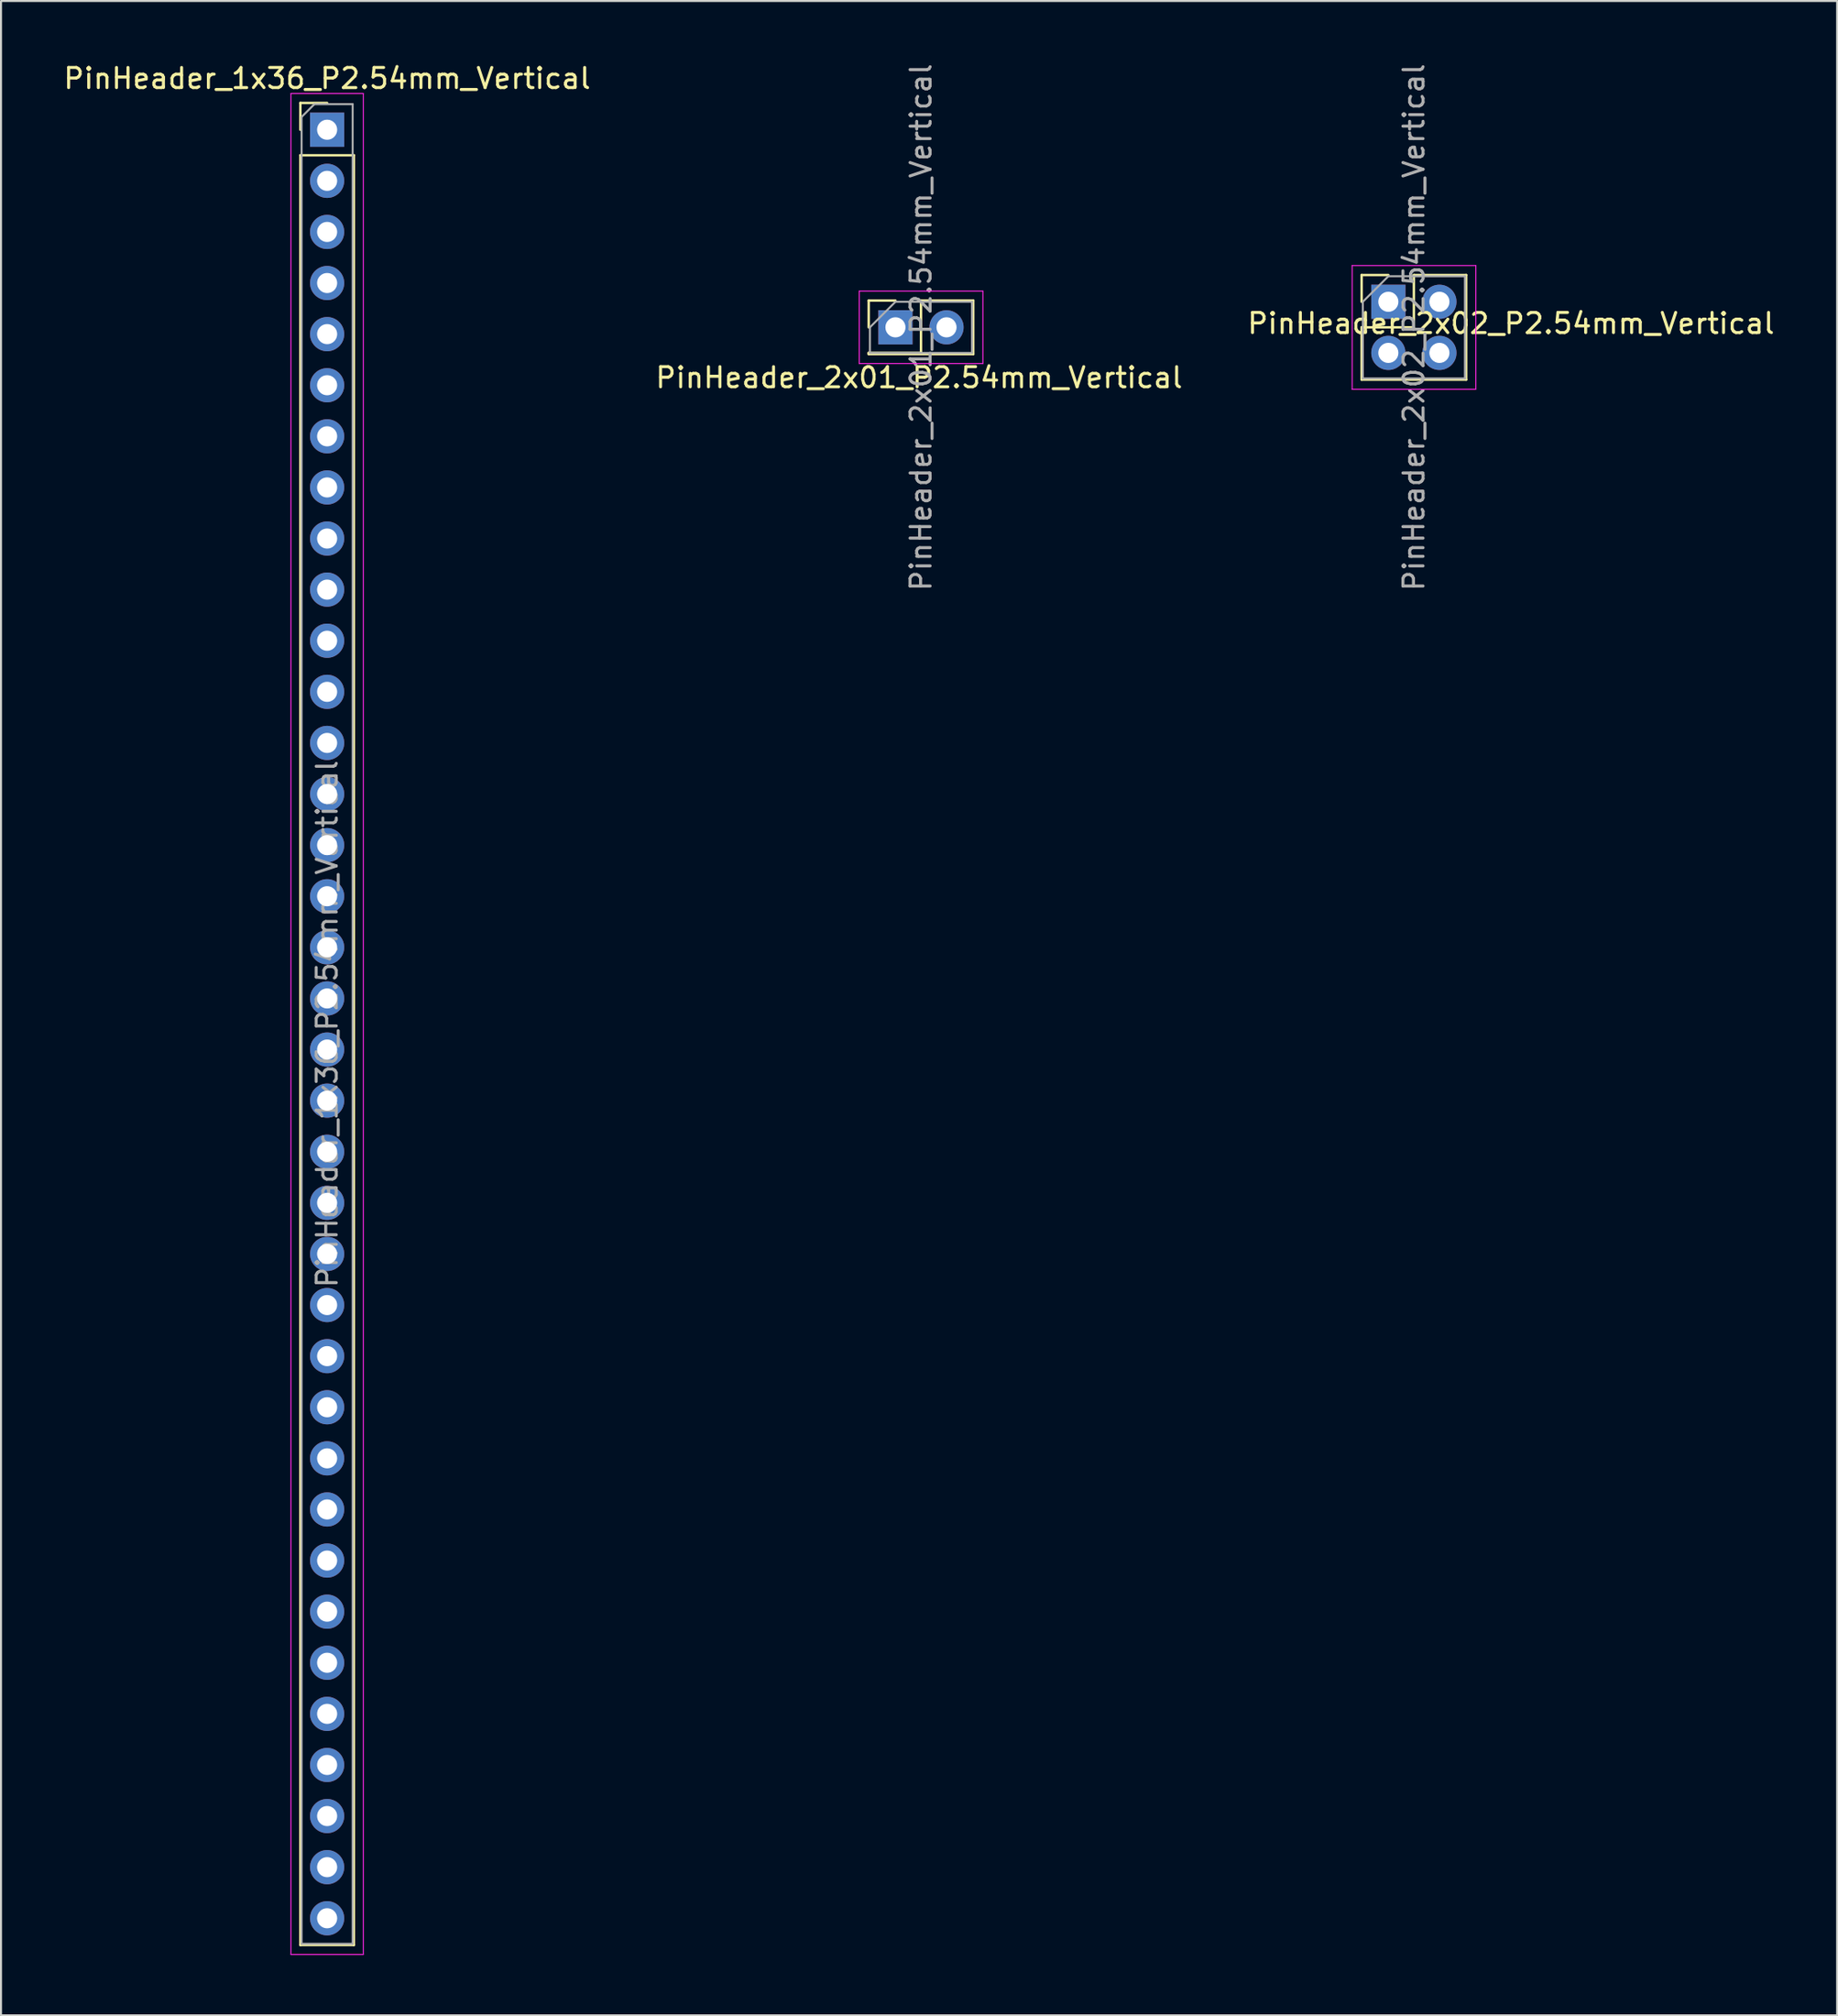
<source format=kicad_pcb>
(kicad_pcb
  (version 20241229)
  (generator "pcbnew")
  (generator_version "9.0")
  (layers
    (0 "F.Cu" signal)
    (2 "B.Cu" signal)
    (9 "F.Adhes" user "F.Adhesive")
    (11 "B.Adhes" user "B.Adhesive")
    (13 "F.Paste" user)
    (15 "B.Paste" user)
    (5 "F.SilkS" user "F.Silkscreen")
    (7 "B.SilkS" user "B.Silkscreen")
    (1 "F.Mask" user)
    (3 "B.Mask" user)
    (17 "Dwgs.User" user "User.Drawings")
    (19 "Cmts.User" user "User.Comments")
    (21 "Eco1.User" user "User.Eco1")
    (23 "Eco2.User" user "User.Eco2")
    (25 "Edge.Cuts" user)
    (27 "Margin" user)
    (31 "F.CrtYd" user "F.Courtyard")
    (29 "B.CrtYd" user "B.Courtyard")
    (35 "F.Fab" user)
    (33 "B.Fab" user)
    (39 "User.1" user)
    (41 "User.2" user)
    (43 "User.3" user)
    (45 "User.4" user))
  (footprint "PinHeader_2x02_P2.54mm_Vertical"
    (layer "F.Cu")
    (at 66.001 11.95)
    (property "Reference" "PinHeader_2x02_P2.54mm_Vertical" (at 6.1 1.075 0) (layer "F.SilkS") (effects (font (size 1 1) (thickness 0.15))))
    (attr through_hole)
    (fp_line (start -1.33 -1.33) (end 0 -1.33) (stroke (width 0.12) (type solid)) (layer "F.SilkS"))
    (fp_line (start -1.33 0) (end -1.33 -1.33) (stroke (width 0.12) (type solid)) (layer "F.SilkS"))
    (fp_line (start -1.33 1.27) (end -1.33 3.87) (stroke (width 0.12) (type solid)) (layer "F.SilkS"))
    (fp_line (start -1.33 1.27) (end 1.27 1.27) (stroke (width 0.12) (type solid)) (layer "F.SilkS"))
    (fp_line (start -1.33 3.87) (end 3.87 3.87) (stroke (width 0.12) (type solid)) (layer "F.SilkS"))
    (fp_line (start 1.27 -1.33) (end 3.87 -1.33) (stroke (width 0.12) (type solid)) (layer "F.SilkS"))
    (fp_line (start 1.27 1.27) (end 1.27 -1.33) (stroke (width 0.12) (type solid)) (layer "F.SilkS"))
    (fp_line (start 3.87 -1.33) (end 3.87 3.87) (stroke (width 0.12) (type solid)) (layer "F.SilkS"))
    (fp_line (start -1.8 -1.8) (end -1.8 4.35) (stroke (width 0.05) (type solid)) (layer "F.CrtYd"))
    (fp_line (start -1.8 4.35) (end 4.35 4.35) (stroke (width 0.05) (type solid)) (layer "F.CrtYd"))
    (fp_line (start 4.35 -1.8) (end -1.8 -1.8) (stroke (width 0.05) (type solid)) (layer "F.CrtYd"))
    (fp_line (start 4.35 4.35) (end 4.35 -1.8) (stroke (width 0.05) (type solid)) (layer "F.CrtYd"))
    (fp_line (start -1.27 0) (end 0 -1.27) (stroke (width 0.1) (type solid)) (layer "F.Fab"))
    (fp_line (start -1.27 3.81) (end -1.27 0) (stroke (width 0.1) (type solid)) (layer "F.Fab"))
    (fp_line (start 0 -1.27) (end 3.81 -1.27) (stroke (width 0.1) (type solid)) (layer "F.Fab"))
    (fp_line (start 3.81 -1.27) (end 3.81 3.81) (stroke (width 0.1) (type solid)) (layer "F.Fab"))
    (fp_line (start 3.81 3.81) (end -1.27 3.81) (stroke (width 0.1) (type solid)) (layer "F.Fab"))
    (fp_text user "${REFERENCE}" (at 1.27 1.27 90) (layer "F.Fab") (effects (font (size 1 1) (thickness 0.15))))
    (pad "1" thru_hole rect (at 0 0) (size 1.7 1.7) (drill 1) (layers "*.Cu" "*.Mask"))
    (pad "2" thru_hole oval (at 2.54 0) (size 1.7 1.7) (drill 1) (layers "*.Cu" "*.Mask"))
    (pad "3" thru_hole oval (at 0 2.54) (size 1.7 1.7) (drill 1) (layers "*.Cu" "*.Mask"))
    (pad "4" thru_hole oval (at 2.54 2.54) (size 1.7 1.7) (drill 1) (layers "*.Cu" "*.Mask")))
  (footprint "PinHeader_1x36_P2.54mm_Vertical"
    (layer "F.Cu")
    (at 13.22 3.398)
    (property "Reference" "PinHeader_1x36_P2.54mm_Vertical" (at 0 -2.55 0) (layer "F.SilkS") (effects (font (size 1 1) (thickness 0.15))))
    (attr through_hole)
    (fp_line (start -1.33 -1.33) (end 0 -1.33) (stroke (width 0.12) (type solid)) (layer "F.SilkS"))
    (fp_line (start -1.33 0) (end -1.33 -1.33) (stroke (width 0.12) (type solid)) (layer "F.SilkS"))
    (fp_line (start -1.33 1.27) (end -1.33 90.23) (stroke (width 0.12) (type solid)) (layer "F.SilkS"))
    (fp_line (start -1.33 1.27) (end 1.33 1.27) (stroke (width 0.12) (type solid)) (layer "F.SilkS"))
    (fp_line (start -1.33 90.23) (end 1.33 90.23) (stroke (width 0.12) (type solid)) (layer "F.SilkS"))
    (fp_line (start 1.33 1.27) (end 1.33 90.23) (stroke (width 0.12) (type solid)) (layer "F.SilkS"))
    (fp_line (start -1.8 -1.8) (end -1.8 90.7) (stroke (width 0.05) (type solid)) (layer "F.CrtYd"))
    (fp_line (start -1.8 90.7) (end 1.8 90.7) (stroke (width 0.05) (type solid)) (layer "F.CrtYd"))
    (fp_line (start 1.8 -1.8) (end -1.8 -1.8) (stroke (width 0.05) (type solid)) (layer "F.CrtYd"))
    (fp_line (start 1.8 90.7) (end 1.8 -1.8) (stroke (width 0.05) (type solid)) (layer "F.CrtYd"))
    (fp_line (start -1.27 -0.635) (end -0.635 -1.27) (stroke (width 0.1) (type solid)) (layer "F.Fab"))
    (fp_line (start -1.27 90.17) (end -1.27 -0.635) (stroke (width 0.1) (type solid)) (layer "F.Fab"))
    (fp_line (start -0.635 -1.27) (end 1.27 -1.27) (stroke (width 0.1) (type solid)) (layer "F.Fab"))
    (fp_line (start 1.27 -1.27) (end 1.27 90.17) (stroke (width 0.1) (type solid)) (layer "F.Fab"))
    (fp_line (start 1.27 90.17) (end -1.27 90.17) (stroke (width 0.1) (type solid)) (layer "F.Fab"))
    (fp_text user "${REFERENCE}" (at 0 44.45 90) (layer "F.Fab") (effects (font (size 1 1) (thickness 0.15))))
    (pad "1" thru_hole rect (at 0 0) (size 1.7 1.7) (drill 1) (layers "*.Cu" "*.Mask"))
    (pad "2" thru_hole oval (at 0 2.54) (size 1.7 1.7) (drill 1) (layers "*.Cu" "*.Mask"))
    (pad "3" thru_hole oval (at 0 5.08) (size 1.7 1.7) (drill 1) (layers "*.Cu" "*.Mask"))
    (pad "4" thru_hole oval (at 0 7.62) (size 1.7 1.7) (drill 1) (layers "*.Cu" "*.Mask"))
    (pad "5" thru_hole oval (at 0 10.16) (size 1.7 1.7) (drill 1) (layers "*.Cu" "*.Mask"))
    (pad "6" thru_hole oval (at 0 12.7) (size 1.7 1.7) (drill 1) (layers "*.Cu" "*.Mask"))
    (pad "7" thru_hole oval (at 0 15.24) (size 1.7 1.7) (drill 1) (layers "*.Cu" "*.Mask"))
    (pad "8" thru_hole oval (at 0 17.78) (size 1.7 1.7) (drill 1) (layers "*.Cu" "*.Mask"))
    (pad "9" thru_hole oval (at 0 20.32) (size 1.7 1.7) (drill 1) (layers "*.Cu" "*.Mask"))
    (pad "10" thru_hole oval (at 0 22.86) (size 1.7 1.7) (drill 1) (layers "*.Cu" "*.Mask"))
    (pad "11" thru_hole oval (at 0 25.4) (size 1.7 1.7) (drill 1) (layers "*.Cu" "*.Mask"))
    (pad "12" thru_hole oval (at 0 27.94) (size 1.7 1.7) (drill 1) (layers "*.Cu" "*.Mask"))
    (pad "13" thru_hole oval (at 0 30.48) (size 1.7 1.7) (drill 1) (layers "*.Cu" "*.Mask"))
    (pad "14" thru_hole oval (at 0 33.02) (size 1.7 1.7) (drill 1) (layers "*.Cu" "*.Mask"))
    (pad "15" thru_hole oval (at 0 35.56) (size 1.7 1.7) (drill 1) (layers "*.Cu" "*.Mask"))
    (pad "16" thru_hole oval (at 0 38.1) (size 1.7 1.7) (drill 1) (layers "*.Cu" "*.Mask"))
    (pad "17" thru_hole oval (at 0 40.64) (size 1.7 1.7) (drill 1) (layers "*.Cu" "*.Mask"))
    (pad "18" thru_hole oval (at 0 43.18) (size 1.7 1.7) (drill 1) (layers "*.Cu" "*.Mask"))
    (pad "19" thru_hole oval (at 0 45.72) (size 1.7 1.7) (drill 1) (layers "*.Cu" "*.Mask"))
    (pad "20" thru_hole oval (at 0 48.26) (size 1.7 1.7) (drill 1) (layers "*.Cu" "*.Mask"))
    (pad "21" thru_hole oval (at 0 50.8) (size 1.7 1.7) (drill 1) (layers "*.Cu" "*.Mask"))
    (pad "22" thru_hole oval (at 0 53.34) (size 1.7 1.7) (drill 1) (layers "*.Cu" "*.Mask"))
    (pad "23" thru_hole oval (at 0 55.88) (size 1.7 1.7) (drill 1) (layers "*.Cu" "*.Mask"))
    (pad "24" thru_hole oval (at 0 58.42) (size 1.7 1.7) (drill 1) (layers "*.Cu" "*.Mask"))
    (pad "25" thru_hole oval (at 0 60.96) (size 1.7 1.7) (drill 1) (layers "*.Cu" "*.Mask"))
    (pad "26" thru_hole oval (at 0 63.5) (size 1.7 1.7) (drill 1) (layers "*.Cu" "*.Mask"))
    (pad "27" thru_hole oval (at 0 66.04) (size 1.7 1.7) (drill 1) (layers "*.Cu" "*.Mask"))
    (pad "28" thru_hole oval (at 0 68.58) (size 1.7 1.7) (drill 1) (layers "*.Cu" "*.Mask"))
    (pad "29" thru_hole oval (at 0 71.12) (size 1.7 1.7) (drill 1) (layers "*.Cu" "*.Mask"))
    (pad "30" thru_hole oval (at 0 73.66) (size 1.7 1.7) (drill 1) (layers "*.Cu" "*.Mask"))
    (pad "31" thru_hole oval (at 0 76.2) (size 1.7 1.7) (drill 1) (layers "*.Cu" "*.Mask"))
    (pad "32" thru_hole oval (at 0 78.74) (size 1.7 1.7) (drill 1) (layers "*.Cu" "*.Mask"))
    (pad "33" thru_hole oval (at 0 81.28) (size 1.7 1.7) (drill 1) (layers "*.Cu" "*.Mask"))
    (pad "34" thru_hole oval (at 0 83.82) (size 1.7 1.7) (drill 1) (layers "*.Cu" "*.Mask"))
    (pad "35" thru_hole oval (at 0 86.36) (size 1.7 1.7) (drill 1) (layers "*.Cu" "*.Mask"))
    (pad "36" thru_hole oval (at 0 88.9) (size 1.7 1.7) (drill 1) (layers "*.Cu" "*.Mask")))
  (footprint "PinHeader_2x01_P2.54mm_Vertical"
    (layer "F.Cu")
    (at 41.486 13.22)
    (property "Reference" "PinHeader_2x01_P2.54mm_Vertical" (at 1.175 2.5 0) (layer "F.SilkS") (effects (font (size 1 1) (thickness 0.15))))
    (attr through_hole)
    (fp_line (start -1.33 -1.33) (end 0 -1.33) (stroke (width 0.12) (type solid)) (layer "F.SilkS"))
    (fp_line (start -1.33 0) (end -1.33 -1.33) (stroke (width 0.12) (type solid)) (layer "F.SilkS"))
    (fp_line (start -1.33 1.27) (end -1.33 1.33) (stroke (width 0.12) (type solid)) (layer "F.SilkS"))
    (fp_line (start -1.33 1.27) (end 1.27 1.27) (stroke (width 0.12) (type solid)) (layer "F.SilkS"))
    (fp_line (start -1.33 1.33) (end 3.87 1.33) (stroke (width 0.12) (type solid)) (layer "F.SilkS"))
    (fp_line (start 1.27 -1.33) (end 3.87 -1.33) (stroke (width 0.12) (type solid)) (layer "F.SilkS"))
    (fp_line (start 1.27 1.27) (end 1.27 -1.33) (stroke (width 0.12) (type solid)) (layer "F.SilkS"))
    (fp_line (start 3.87 -1.33) (end 3.87 1.33) (stroke (width 0.12) (type solid)) (layer "F.SilkS"))
    (fp_line (start -1.8 -1.8) (end -1.8 1.8) (stroke (width 0.05) (type solid)) (layer "F.CrtYd"))
    (fp_line (start -1.8 1.8) (end 4.35 1.8) (stroke (width 0.05) (type solid)) (layer "F.CrtYd"))
    (fp_line (start 4.35 -1.8) (end -1.8 -1.8) (stroke (width 0.05) (type solid)) (layer "F.CrtYd"))
    (fp_line (start 4.35 1.8) (end 4.35 -1.8) (stroke (width 0.05) (type solid)) (layer "F.CrtYd"))
    (fp_line (start -1.27 0) (end 0 -1.27) (stroke (width 0.1) (type solid)) (layer "F.Fab"))
    (fp_line (start -1.27 1.27) (end -1.27 0) (stroke (width 0.1) (type solid)) (layer "F.Fab"))
    (fp_line (start 0 -1.27) (end 3.81 -1.27) (stroke (width 0.1) (type solid)) (layer "F.Fab"))
    (fp_line (start 3.81 -1.27) (end 3.81 1.27) (stroke (width 0.1) (type solid)) (layer "F.Fab"))
    (fp_line (start 3.81 1.27) (end -1.27 1.27) (stroke (width 0.1) (type solid)) (layer "F.Fab"))
    (fp_text user "${REFERENCE}" (at 1.27 0 90) (layer "F.Fab") (effects (font (size 1 1) (thickness 0.15))))
    (pad "1" thru_hole rect (at 0 0) (size 1.7 1.7) (drill 1) (layers "*.Cu" "*.Mask"))
    (pad "2" thru_hole oval (at 2.54 0) (size 1.7 1.7) (drill 1) (layers "*.Cu" "*.Mask")))
  (gr_rect
    (start -3 -3)
    (end 88.321 97.123)
    (stroke (width 0.1) (type default))
    (fill no)
    (layer "Edge.Cuts")))
</source>
